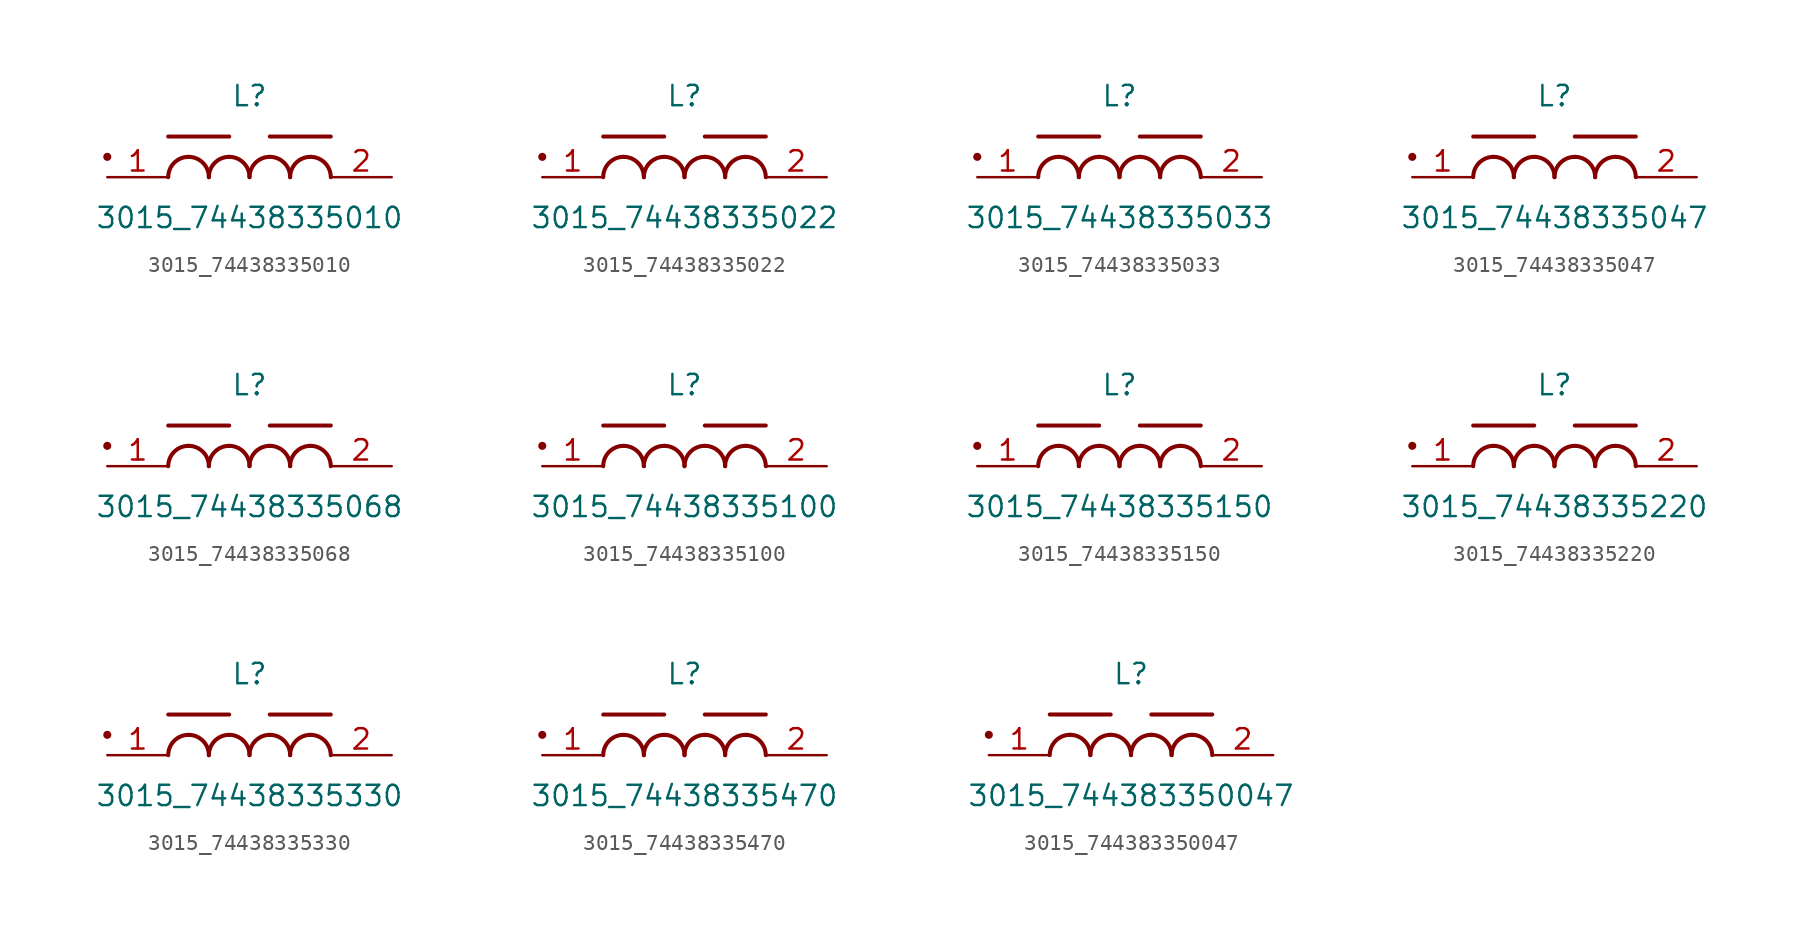
<source format=kicad_sym>
(kicad_symbol_lib
  (version 20211014)
  (generator kicad_symbol_editor)
  (symbol "Inductor_Wurth_WE-MAPI:3015_74438335010"
    (pin_names hide)
    (property "Reference" "L"
      (at 0 5.08 0)
      (effects (font (size 1.27 1.27))))
    (property "Value" "3015_74438335010"
      (at 0 -2.54 0)
      (effects (font (size 1.27 1.27))))
    (symbol "3015_74438335010_0_1"
      (circle (center -8.89 1.27) (radius 0.0001) (stroke (width 0.254)) (stroke (width 0.254) (type default) (color 0 0 0 0)) (fill (type none)))
      (arc (start -3.81 1.27) (mid -4.708 0.898) (end -5.08 0) (stroke (width 0.254) (type default) (color 0 0 0 0)) (fill (type none)))
      (arc (start -2.54 0) (mid -2.912 0.898) (end -3.81 1.27) (stroke (width 0.254) (type default) (color 0 0 0 0)) (fill (type none)))
      (arc (start -1.2699 1.2701) (mid -2.1679 0.8981) (end -2.5399 0.0001) (stroke (width 0.254) (type default) (color 0 0 0 0)) (fill (type none)))
      (polyline (pts (xy -5.08 2.54) (xy -1.27 2.54)) (stroke (width 0.254) (type default) (color 0 0 0 0)) (fill (type none)))
      (polyline (pts (xy 5.08 2.54) (xy 1.27 2.54)) (stroke (width 0.254) (type default) (color 0 0 0 0)) (fill (type none)))
      (arc (start 0.0001 0.0001) (mid -0.3719 0.8981) (end -1.2699 1.2701) (stroke (width 0.254) (type default) (color 0 0 0 0)) (fill (type none)))
      (arc (start 1.2701 1.2701) (mid 0.3721 0.8981) (end 0.0001 0.0001) (stroke (width 0.254) (type default) (color 0 0 0 0)) (fill (type none)))
      (arc (start 2.5401 0.0001) (mid 2.1681 0.8981) (end 1.2701 1.2701) (stroke (width 0.254) (type default) (color 0 0 0 0)) (fill (type none)))
      (arc (start 3.8101 1.2701) (mid 2.9121 0.8981) (end 2.5401 0.0001) (stroke (width 0.254) (type default) (color 0 0 0 0)) (fill (type none)))
      (arc (start 5.0801 0.0001) (mid 4.7081 0.8981) (end 3.8101 1.2701) (stroke (width 0.254) (type default) (color 0 0 0 0)) (fill (type none))))
    (symbol "3015_74438335010_1_1"
      (pin passive line (at -8.89 0 0) (length 3.81) (name "1" (effects (font (size 1.27 1.27)))) (number "1" (effects (font (size 1.27 1.27)))))
      (pin passive line (at 8.89 0 180) (length 3.81) (name "2" (effects (font (size 1.27 1.27)))) (number "2" (effects (font (size 1.27 1.27)))))))
  (symbol "Inductor_Wurth_WE-MAPI:3015_74438335022"
    (pin_names hide)
    (property "Reference" "L"
      (at 0 5.08 0)
      (effects (font (size 1.27 1.27))))
    (property "Value" "3015_74438335022"
      (at 0 -2.54 0)
      (effects (font (size 1.27 1.27))))
    (symbol "3015_74438335022_0_1"
      (circle (center -8.89 1.27) (radius 0.0001) (stroke (width 0.254)) (stroke (width 0.254) (type default) (color 0 0 0 0)) (fill (type none)))
      (arc (start -3.81 1.27) (mid -4.708 0.898) (end -5.08 0) (stroke (width 0.254) (type default) (color 0 0 0 0)) (fill (type none)))
      (arc (start -2.54 0) (mid -2.912 0.898) (end -3.81 1.27) (stroke (width 0.254) (type default) (color 0 0 0 0)) (fill (type none)))
      (arc (start -1.2699 1.2701) (mid -2.1679 0.8981) (end -2.5399 0.0001) (stroke (width 0.254) (type default) (color 0 0 0 0)) (fill (type none)))
      (polyline (pts (xy -5.08 2.54) (xy -1.27 2.54)) (stroke (width 0.254) (type default) (color 0 0 0 0)) (fill (type none)))
      (polyline (pts (xy 5.08 2.54) (xy 1.27 2.54)) (stroke (width 0.254) (type default) (color 0 0 0 0)) (fill (type none)))
      (arc (start 0.0001 0.0001) (mid -0.3719 0.8981) (end -1.2699 1.2701) (stroke (width 0.254) (type default) (color 0 0 0 0)) (fill (type none)))
      (arc (start 1.2701 1.2701) (mid 0.3721 0.8981) (end 0.0001 0.0001) (stroke (width 0.254) (type default) (color 0 0 0 0)) (fill (type none)))
      (arc (start 2.5401 0.0001) (mid 2.1681 0.8981) (end 1.2701 1.2701) (stroke (width 0.254) (type default) (color 0 0 0 0)) (fill (type none)))
      (arc (start 3.8101 1.2701) (mid 2.9121 0.8981) (end 2.5401 0.0001) (stroke (width 0.254) (type default) (color 0 0 0 0)) (fill (type none)))
      (arc (start 5.0801 0.0001) (mid 4.7081 0.8981) (end 3.8101 1.2701) (stroke (width 0.254) (type default) (color 0 0 0 0)) (fill (type none))))
    (symbol "3015_74438335022_1_1"
      (pin passive line (at -8.89 0 0) (length 3.81) (name "1" (effects (font (size 1.27 1.27)))) (number "1" (effects (font (size 1.27 1.27)))))
      (pin passive line (at 8.89 0 180) (length 3.81) (name "2" (effects (font (size 1.27 1.27)))) (number "2" (effects (font (size 1.27 1.27)))))))
  (symbol "Inductor_Wurth_WE-MAPI:3015_74438335033"
    (pin_names hide)
    (property "Reference" "L"
      (at 0 5.08 0)
      (effects (font (size 1.27 1.27))))
    (property "Value" "3015_74438335033"
      (at 0 -2.54 0)
      (effects (font (size 1.27 1.27))))
    (symbol "3015_74438335033_0_1"
      (circle (center -8.89 1.27) (radius 0.0001) (stroke (width 0.254)) (stroke (width 0.254) (type default) (color 0 0 0 0)) (fill (type none)))
      (arc (start -3.81 1.27) (mid -4.708 0.898) (end -5.08 0) (stroke (width 0.254) (type default) (color 0 0 0 0)) (fill (type none)))
      (arc (start -2.54 0) (mid -2.912 0.898) (end -3.81 1.27) (stroke (width 0.254) (type default) (color 0 0 0 0)) (fill (type none)))
      (arc (start -1.2699 1.2701) (mid -2.1679 0.8981) (end -2.5399 0.0001) (stroke (width 0.254) (type default) (color 0 0 0 0)) (fill (type none)))
      (polyline (pts (xy -5.08 2.54) (xy -1.27 2.54)) (stroke (width 0.254) (type default) (color 0 0 0 0)) (fill (type none)))
      (polyline (pts (xy 5.08 2.54) (xy 1.27 2.54)) (stroke (width 0.254) (type default) (color 0 0 0 0)) (fill (type none)))
      (arc (start 0.0001 0.0001) (mid -0.3719 0.8981) (end -1.2699 1.2701) (stroke (width 0.254) (type default) (color 0 0 0 0)) (fill (type none)))
      (arc (start 1.2701 1.2701) (mid 0.3721 0.8981) (end 0.0001 0.0001) (stroke (width 0.254) (type default) (color 0 0 0 0)) (fill (type none)))
      (arc (start 2.5401 0.0001) (mid 2.1681 0.8981) (end 1.2701 1.2701) (stroke (width 0.254) (type default) (color 0 0 0 0)) (fill (type none)))
      (arc (start 3.8101 1.2701) (mid 2.9121 0.8981) (end 2.5401 0.0001) (stroke (width 0.254) (type default) (color 0 0 0 0)) (fill (type none)))
      (arc (start 5.0801 0.0001) (mid 4.7081 0.8981) (end 3.8101 1.2701) (stroke (width 0.254) (type default) (color 0 0 0 0)) (fill (type none))))
    (symbol "3015_74438335033_1_1"
      (pin passive line (at -8.89 0 0) (length 3.81) (name "1" (effects (font (size 1.27 1.27)))) (number "1" (effects (font (size 1.27 1.27)))))
      (pin passive line (at 8.89 0 180) (length 3.81) (name "2" (effects (font (size 1.27 1.27)))) (number "2" (effects (font (size 1.27 1.27)))))))
  (symbol "Inductor_Wurth_WE-MAPI:3015_74438335047"
    (pin_names hide)
    (property "Reference" "L"
      (at 0 5.08 0)
      (effects (font (size 1.27 1.27))))
    (property "Value" "3015_74438335047"
      (at 0 -2.54 0)
      (effects (font (size 1.27 1.27))))
    (symbol "3015_74438335047_0_1"
      (circle (center -8.89 1.27) (radius 0.0001) (stroke (width 0.254)) (stroke (width 0.254) (type default) (color 0 0 0 0)) (fill (type none)))
      (arc (start -3.81 1.27) (mid -4.708 0.898) (end -5.08 0) (stroke (width 0.254) (type default) (color 0 0 0 0)) (fill (type none)))
      (arc (start -2.54 0) (mid -2.912 0.898) (end -3.81 1.27) (stroke (width 0.254) (type default) (color 0 0 0 0)) (fill (type none)))
      (arc (start -1.2699 1.2701) (mid -2.1679 0.8981) (end -2.5399 0.0001) (stroke (width 0.254) (type default) (color 0 0 0 0)) (fill (type none)))
      (polyline (pts (xy -5.08 2.54) (xy -1.27 2.54)) (stroke (width 0.254) (type default) (color 0 0 0 0)) (fill (type none)))
      (polyline (pts (xy 5.08 2.54) (xy 1.27 2.54)) (stroke (width 0.254) (type default) (color 0 0 0 0)) (fill (type none)))
      (arc (start 0.0001 0.0001) (mid -0.3719 0.8981) (end -1.2699 1.2701) (stroke (width 0.254) (type default) (color 0 0 0 0)) (fill (type none)))
      (arc (start 1.2701 1.2701) (mid 0.3721 0.8981) (end 0.0001 0.0001) (stroke (width 0.254) (type default) (color 0 0 0 0)) (fill (type none)))
      (arc (start 2.5401 0.0001) (mid 2.1681 0.8981) (end 1.2701 1.2701) (stroke (width 0.254) (type default) (color 0 0 0 0)) (fill (type none)))
      (arc (start 3.8101 1.2701) (mid 2.9121 0.8981) (end 2.5401 0.0001) (stroke (width 0.254) (type default) (color 0 0 0 0)) (fill (type none)))
      (arc (start 5.0801 0.0001) (mid 4.7081 0.8981) (end 3.8101 1.2701) (stroke (width 0.254) (type default) (color 0 0 0 0)) (fill (type none))))
    (symbol "3015_74438335047_1_1"
      (pin passive line (at -8.89 0 0) (length 3.81) (name "1" (effects (font (size 1.27 1.27)))) (number "1" (effects (font (size 1.27 1.27)))))
      (pin passive line (at 8.89 0 180) (length 3.81) (name "2" (effects (font (size 1.27 1.27)))) (number "2" (effects (font (size 1.27 1.27)))))))
  (symbol "Inductor_Wurth_WE-MAPI:3015_74438335068"
    (pin_names hide)
    (property "Reference" "L"
      (at 0 5.08 0)
      (effects (font (size 1.27 1.27))))
    (property "Value" "3015_74438335068"
      (at 0 -2.54 0)
      (effects (font (size 1.27 1.27))))
    (symbol "3015_74438335068_0_1"
      (circle (center -8.89 1.27) (radius 0.0001) (stroke (width 0.254)) (stroke (width 0.254) (type default) (color 0 0 0 0)) (fill (type none)))
      (arc (start -3.81 1.27) (mid -4.708 0.898) (end -5.08 0) (stroke (width 0.254) (type default) (color 0 0 0 0)) (fill (type none)))
      (arc (start -2.54 0) (mid -2.912 0.898) (end -3.81 1.27) (stroke (width 0.254) (type default) (color 0 0 0 0)) (fill (type none)))
      (arc (start -1.2699 1.2701) (mid -2.1679 0.8981) (end -2.5399 0.0001) (stroke (width 0.254) (type default) (color 0 0 0 0)) (fill (type none)))
      (polyline (pts (xy -5.08 2.54) (xy -1.27 2.54)) (stroke (width 0.254) (type default) (color 0 0 0 0)) (fill (type none)))
      (polyline (pts (xy 5.08 2.54) (xy 1.27 2.54)) (stroke (width 0.254) (type default) (color 0 0 0 0)) (fill (type none)))
      (arc (start 0.0001 0.0001) (mid -0.3719 0.8981) (end -1.2699 1.2701) (stroke (width 0.254) (type default) (color 0 0 0 0)) (fill (type none)))
      (arc (start 1.2701 1.2701) (mid 0.3721 0.8981) (end 0.0001 0.0001) (stroke (width 0.254) (type default) (color 0 0 0 0)) (fill (type none)))
      (arc (start 2.5401 0.0001) (mid 2.1681 0.8981) (end 1.2701 1.2701) (stroke (width 0.254) (type default) (color 0 0 0 0)) (fill (type none)))
      (arc (start 3.8101 1.2701) (mid 2.9121 0.8981) (end 2.5401 0.0001) (stroke (width 0.254) (type default) (color 0 0 0 0)) (fill (type none)))
      (arc (start 5.0801 0.0001) (mid 4.7081 0.8981) (end 3.8101 1.2701) (stroke (width 0.254) (type default) (color 0 0 0 0)) (fill (type none))))
    (symbol "3015_74438335068_1_1"
      (pin passive line (at -8.89 0 0) (length 3.81) (name "1" (effects (font (size 1.27 1.27)))) (number "1" (effects (font (size 1.27 1.27)))))
      (pin passive line (at 8.89 0 180) (length 3.81) (name "2" (effects (font (size 1.27 1.27)))) (number "2" (effects (font (size 1.27 1.27)))))))
  (symbol "Inductor_Wurth_WE-MAPI:3015_74438335100"
    (pin_names hide)
    (property "Reference" "L"
      (at 0 5.08 0)
      (effects (font (size 1.27 1.27))))
    (property "Value" "3015_74438335100"
      (at 0 -2.54 0)
      (effects (font (size 1.27 1.27))))
    (symbol "3015_74438335100_0_1"
      (circle (center -8.89 1.27) (radius 0.0001) (stroke (width 0.254)) (stroke (width 0.254) (type default) (color 0 0 0 0)) (fill (type none)))
      (arc (start -3.81 1.27) (mid -4.708 0.898) (end -5.08 0) (stroke (width 0.254) (type default) (color 0 0 0 0)) (fill (type none)))
      (arc (start -2.54 0) (mid -2.912 0.898) (end -3.81 1.27) (stroke (width 0.254) (type default) (color 0 0 0 0)) (fill (type none)))
      (arc (start -1.2699 1.2701) (mid -2.1679 0.8981) (end -2.5399 0.0001) (stroke (width 0.254) (type default) (color 0 0 0 0)) (fill (type none)))
      (polyline (pts (xy -5.08 2.54) (xy -1.27 2.54)) (stroke (width 0.254) (type default) (color 0 0 0 0)) (fill (type none)))
      (polyline (pts (xy 5.08 2.54) (xy 1.27 2.54)) (stroke (width 0.254) (type default) (color 0 0 0 0)) (fill (type none)))
      (arc (start 0.0001 0.0001) (mid -0.3719 0.8981) (end -1.2699 1.2701) (stroke (width 0.254) (type default) (color 0 0 0 0)) (fill (type none)))
      (arc (start 1.2701 1.2701) (mid 0.3721 0.8981) (end 0.0001 0.0001) (stroke (width 0.254) (type default) (color 0 0 0 0)) (fill (type none)))
      (arc (start 2.5401 0.0001) (mid 2.1681 0.8981) (end 1.2701 1.2701) (stroke (width 0.254) (type default) (color 0 0 0 0)) (fill (type none)))
      (arc (start 3.8101 1.2701) (mid 2.9121 0.8981) (end 2.5401 0.0001) (stroke (width 0.254) (type default) (color 0 0 0 0)) (fill (type none)))
      (arc (start 5.0801 0.0001) (mid 4.7081 0.8981) (end 3.8101 1.2701) (stroke (width 0.254) (type default) (color 0 0 0 0)) (fill (type none))))
    (symbol "3015_74438335100_1_1"
      (pin passive line (at -8.89 0 0) (length 3.81) (name "1" (effects (font (size 1.27 1.27)))) (number "1" (effects (font (size 1.27 1.27)))))
      (pin passive line (at 8.89 0 180) (length 3.81) (name "2" (effects (font (size 1.27 1.27)))) (number "2" (effects (font (size 1.27 1.27)))))))
  (symbol "Inductor_Wurth_WE-MAPI:3015_74438335150"
    (pin_names hide)
    (property "Reference" "L"
      (at 0 5.08 0)
      (effects (font (size 1.27 1.27))))
    (property "Value" "3015_74438335150"
      (at 0 -2.54 0)
      (effects (font (size 1.27 1.27))))
    (symbol "3015_74438335150_0_1"
      (circle (center -8.89 1.27) (radius 0.0001) (stroke (width 0.254)) (stroke (width 0.254) (type default) (color 0 0 0 0)) (fill (type none)))
      (arc (start -3.81 1.27) (mid -4.708 0.898) (end -5.08 0) (stroke (width 0.254) (type default) (color 0 0 0 0)) (fill (type none)))
      (arc (start -2.54 0) (mid -2.912 0.898) (end -3.81 1.27) (stroke (width 0.254) (type default) (color 0 0 0 0)) (fill (type none)))
      (arc (start -1.2699 1.2701) (mid -2.1679 0.8981) (end -2.5399 0.0001) (stroke (width 0.254) (type default) (color 0 0 0 0)) (fill (type none)))
      (polyline (pts (xy -5.08 2.54) (xy -1.27 2.54)) (stroke (width 0.254) (type default) (color 0 0 0 0)) (fill (type none)))
      (polyline (pts (xy 5.08 2.54) (xy 1.27 2.54)) (stroke (width 0.254) (type default) (color 0 0 0 0)) (fill (type none)))
      (arc (start 0.0001 0.0001) (mid -0.3719 0.8981) (end -1.2699 1.2701) (stroke (width 0.254) (type default) (color 0 0 0 0)) (fill (type none)))
      (arc (start 1.2701 1.2701) (mid 0.3721 0.8981) (end 0.0001 0.0001) (stroke (width 0.254) (type default) (color 0 0 0 0)) (fill (type none)))
      (arc (start 2.5401 0.0001) (mid 2.1681 0.8981) (end 1.2701 1.2701) (stroke (width 0.254) (type default) (color 0 0 0 0)) (fill (type none)))
      (arc (start 3.8101 1.2701) (mid 2.9121 0.8981) (end 2.5401 0.0001) (stroke (width 0.254) (type default) (color 0 0 0 0)) (fill (type none)))
      (arc (start 5.0801 0.0001) (mid 4.7081 0.8981) (end 3.8101 1.2701) (stroke (width 0.254) (type default) (color 0 0 0 0)) (fill (type none))))
    (symbol "3015_74438335150_1_1"
      (pin passive line (at -8.89 0 0) (length 3.81) (name "1" (effects (font (size 1.27 1.27)))) (number "1" (effects (font (size 1.27 1.27)))))
      (pin passive line (at 8.89 0 180) (length 3.81) (name "2" (effects (font (size 1.27 1.27)))) (number "2" (effects (font (size 1.27 1.27)))))))
  (symbol "Inductor_Wurth_WE-MAPI:3015_74438335220"
    (pin_names hide)
    (property "Reference" "L"
      (at 0 5.08 0)
      (effects (font (size 1.27 1.27))))
    (property "Value" "3015_74438335220"
      (at 0 -2.54 0)
      (effects (font (size 1.27 1.27))))
    (symbol "3015_74438335220_0_1"
      (circle (center -8.89 1.27) (radius 0.0001) (stroke (width 0.254)) (stroke (width 0.254) (type default) (color 0 0 0 0)) (fill (type none)))
      (arc (start -3.81 1.27) (mid -4.708 0.898) (end -5.08 0) (stroke (width 0.254) (type default) (color 0 0 0 0)) (fill (type none)))
      (arc (start -2.54 0) (mid -2.912 0.898) (end -3.81 1.27) (stroke (width 0.254) (type default) (color 0 0 0 0)) (fill (type none)))
      (arc (start -1.2699 1.2701) (mid -2.1679 0.8981) (end -2.5399 0.0001) (stroke (width 0.254) (type default) (color 0 0 0 0)) (fill (type none)))
      (polyline (pts (xy -5.08 2.54) (xy -1.27 2.54)) (stroke (width 0.254) (type default) (color 0 0 0 0)) (fill (type none)))
      (polyline (pts (xy 5.08 2.54) (xy 1.27 2.54)) (stroke (width 0.254) (type default) (color 0 0 0 0)) (fill (type none)))
      (arc (start 0.0001 0.0001) (mid -0.3719 0.8981) (end -1.2699 1.2701) (stroke (width 0.254) (type default) (color 0 0 0 0)) (fill (type none)))
      (arc (start 1.2701 1.2701) (mid 0.3721 0.8981) (end 0.0001 0.0001) (stroke (width 0.254) (type default) (color 0 0 0 0)) (fill (type none)))
      (arc (start 2.5401 0.0001) (mid 2.1681 0.8981) (end 1.2701 1.2701) (stroke (width 0.254) (type default) (color 0 0 0 0)) (fill (type none)))
      (arc (start 3.8101 1.2701) (mid 2.9121 0.8981) (end 2.5401 0.0001) (stroke (width 0.254) (type default) (color 0 0 0 0)) (fill (type none)))
      (arc (start 5.0801 0.0001) (mid 4.7081 0.8981) (end 3.8101 1.2701) (stroke (width 0.254) (type default) (color 0 0 0 0)) (fill (type none))))
    (symbol "3015_74438335220_1_1"
      (pin passive line (at -8.89 0 0) (length 3.81) (name "1" (effects (font (size 1.27 1.27)))) (number "1" (effects (font (size 1.27 1.27)))))
      (pin passive line (at 8.89 0 180) (length 3.81) (name "2" (effects (font (size 1.27 1.27)))) (number "2" (effects (font (size 1.27 1.27)))))))
  (symbol "Inductor_Wurth_WE-MAPI:3015_74438335330"
    (pin_names hide)
    (property "Reference" "L"
      (at 0 5.08 0)
      (effects (font (size 1.27 1.27))))
    (property "Value" "3015_74438335330"
      (at 0 -2.54 0)
      (effects (font (size 1.27 1.27))))
    (symbol "3015_74438335330_0_1"
      (circle (center -8.89 1.27) (radius 0.0001) (stroke (width 0.254)) (stroke (width 0.254) (type default) (color 0 0 0 0)) (fill (type none)))
      (arc (start -3.81 1.27) (mid -4.708 0.898) (end -5.08 0) (stroke (width 0.254) (type default) (color 0 0 0 0)) (fill (type none)))
      (arc (start -2.54 0) (mid -2.912 0.898) (end -3.81 1.27) (stroke (width 0.254) (type default) (color 0 0 0 0)) (fill (type none)))
      (arc (start -1.2699 1.2701) (mid -2.1679 0.8981) (end -2.5399 0.0001) (stroke (width 0.254) (type default) (color 0 0 0 0)) (fill (type none)))
      (polyline (pts (xy -5.08 2.54) (xy -1.27 2.54)) (stroke (width 0.254) (type default) (color 0 0 0 0)) (fill (type none)))
      (polyline (pts (xy 5.08 2.54) (xy 1.27 2.54)) (stroke (width 0.254) (type default) (color 0 0 0 0)) (fill (type none)))
      (arc (start 0.0001 0.0001) (mid -0.3719 0.8981) (end -1.2699 1.2701) (stroke (width 0.254) (type default) (color 0 0 0 0)) (fill (type none)))
      (arc (start 1.2701 1.2701) (mid 0.3721 0.8981) (end 0.0001 0.0001) (stroke (width 0.254) (type default) (color 0 0 0 0)) (fill (type none)))
      (arc (start 2.5401 0.0001) (mid 2.1681 0.8981) (end 1.2701 1.2701) (stroke (width 0.254) (type default) (color 0 0 0 0)) (fill (type none)))
      (arc (start 3.8101 1.2701) (mid 2.9121 0.8981) (end 2.5401 0.0001) (stroke (width 0.254) (type default) (color 0 0 0 0)) (fill (type none)))
      (arc (start 5.0801 0.0001) (mid 4.7081 0.8981) (end 3.8101 1.2701) (stroke (width 0.254) (type default) (color 0 0 0 0)) (fill (type none))))
    (symbol "3015_74438335330_1_1"
      (pin passive line (at -8.89 0 0) (length 3.81) (name "1" (effects (font (size 1.27 1.27)))) (number "1" (effects (font (size 1.27 1.27)))))
      (pin passive line (at 8.89 0 180) (length 3.81) (name "2" (effects (font (size 1.27 1.27)))) (number "2" (effects (font (size 1.27 1.27)))))))
  (symbol "Inductor_Wurth_WE-MAPI:3015_74438335470"
    (pin_names hide)
    (property "Reference" "L"
      (at 0 5.08 0)
      (effects (font (size 1.27 1.27))))
    (property "Value" "3015_74438335470"
      (at 0 -2.54 0)
      (effects (font (size 1.27 1.27))))
    (symbol "3015_74438335470_0_1"
      (circle (center -8.89 1.27) (radius 0.0001) (stroke (width 0.254)) (stroke (width 0.254) (type default) (color 0 0 0 0)) (fill (type none)))
      (arc (start -3.81 1.27) (mid -4.708 0.898) (end -5.08 0) (stroke (width 0.254) (type default) (color 0 0 0 0)) (fill (type none)))
      (arc (start -2.54 0) (mid -2.912 0.898) (end -3.81 1.27) (stroke (width 0.254) (type default) (color 0 0 0 0)) (fill (type none)))
      (arc (start -1.2699 1.2701) (mid -2.1679 0.8981) (end -2.5399 0.0001) (stroke (width 0.254) (type default) (color 0 0 0 0)) (fill (type none)))
      (polyline (pts (xy -5.08 2.54) (xy -1.27 2.54)) (stroke (width 0.254) (type default) (color 0 0 0 0)) (fill (type none)))
      (polyline (pts (xy 5.08 2.54) (xy 1.27 2.54)) (stroke (width 0.254) (type default) (color 0 0 0 0)) (fill (type none)))
      (arc (start 0.0001 0.0001) (mid -0.3719 0.8981) (end -1.2699 1.2701) (stroke (width 0.254) (type default) (color 0 0 0 0)) (fill (type none)))
      (arc (start 1.2701 1.2701) (mid 0.3721 0.8981) (end 0.0001 0.0001) (stroke (width 0.254) (type default) (color 0 0 0 0)) (fill (type none)))
      (arc (start 2.5401 0.0001) (mid 2.1681 0.8981) (end 1.2701 1.2701) (stroke (width 0.254) (type default) (color 0 0 0 0)) (fill (type none)))
      (arc (start 3.8101 1.2701) (mid 2.9121 0.8981) (end 2.5401 0.0001) (stroke (width 0.254) (type default) (color 0 0 0 0)) (fill (type none)))
      (arc (start 5.0801 0.0001) (mid 4.7081 0.8981) (end 3.8101 1.2701) (stroke (width 0.254) (type default) (color 0 0 0 0)) (fill (type none))))
    (symbol "3015_74438335470_1_1"
      (pin passive line (at -8.89 0 0) (length 3.81) (name "1" (effects (font (size 1.27 1.27)))) (number "1" (effects (font (size 1.27 1.27)))))
      (pin passive line (at 8.89 0 180) (length 3.81) (name "2" (effects (font (size 1.27 1.27)))) (number "2" (effects (font (size 1.27 1.27)))))))
  (symbol "Inductor_Wurth_WE-MAPI:3015_744383350047"
    (pin_names hide)
    (property "Reference" "L"
      (at 0 5.08 0)
      (effects (font (size 1.27 1.27))))
    (property "Value" "3015_744383350047"
      (at 0 -2.54 0)
      (effects (font (size 1.27 1.27))))
    (symbol "3015_744383350047_0_1"
      (circle (center -8.89 1.27) (radius 0.0001) (stroke (width 0.254)) (stroke (width 0.254) (type default) (color 0 0 0 0)) (fill (type none)))
      (arc (start -3.81 1.27) (mid -4.708 0.898) (end -5.08 0) (stroke (width 0.254) (type default) (color 0 0 0 0)) (fill (type none)))
      (arc (start -2.54 0) (mid -2.912 0.898) (end -3.81 1.27) (stroke (width 0.254) (type default) (color 0 0 0 0)) (fill (type none)))
      (arc (start -1.2699 1.2701) (mid -2.1679 0.8981) (end -2.5399 0.0001) (stroke (width 0.254) (type default) (color 0 0 0 0)) (fill (type none)))
      (polyline (pts (xy -5.08 2.54) (xy -1.27 2.54)) (stroke (width 0.254) (type default) (color 0 0 0 0)) (fill (type none)))
      (polyline (pts (xy 5.08 2.54) (xy 1.27 2.54)) (stroke (width 0.254) (type default) (color 0 0 0 0)) (fill (type none)))
      (arc (start 0.0001 0.0001) (mid -0.3719 0.8981) (end -1.2699 1.2701) (stroke (width 0.254) (type default) (color 0 0 0 0)) (fill (type none)))
      (arc (start 1.2701 1.2701) (mid 0.3721 0.8981) (end 0.0001 0.0001) (stroke (width 0.254) (type default) (color 0 0 0 0)) (fill (type none)))
      (arc (start 2.5401 0.0001) (mid 2.1681 0.8981) (end 1.2701 1.2701) (stroke (width 0.254) (type default) (color 0 0 0 0)) (fill (type none)))
      (arc (start 3.8101 1.2701) (mid 2.9121 0.8981) (end 2.5401 0.0001) (stroke (width 0.254) (type default) (color 0 0 0 0)) (fill (type none)))
      (arc (start 5.0801 0.0001) (mid 4.7081 0.8981) (end 3.8101 1.2701) (stroke (width 0.254) (type default) (color 0 0 0 0)) (fill (type none))))
    (symbol "3015_744383350047_1_1"
      (pin passive line (at -8.89 0 0) (length 3.81) (name "1" (effects (font (size 1.27 1.27)))) (number "1" (effects (font (size 1.27 1.27)))))
      (pin passive line (at 8.89 0 180) (length 3.81) (name "2" (effects (font (size 1.27 1.27)))) (number "2" (effects (font (size 1.27 1.27))))))))
</source>
